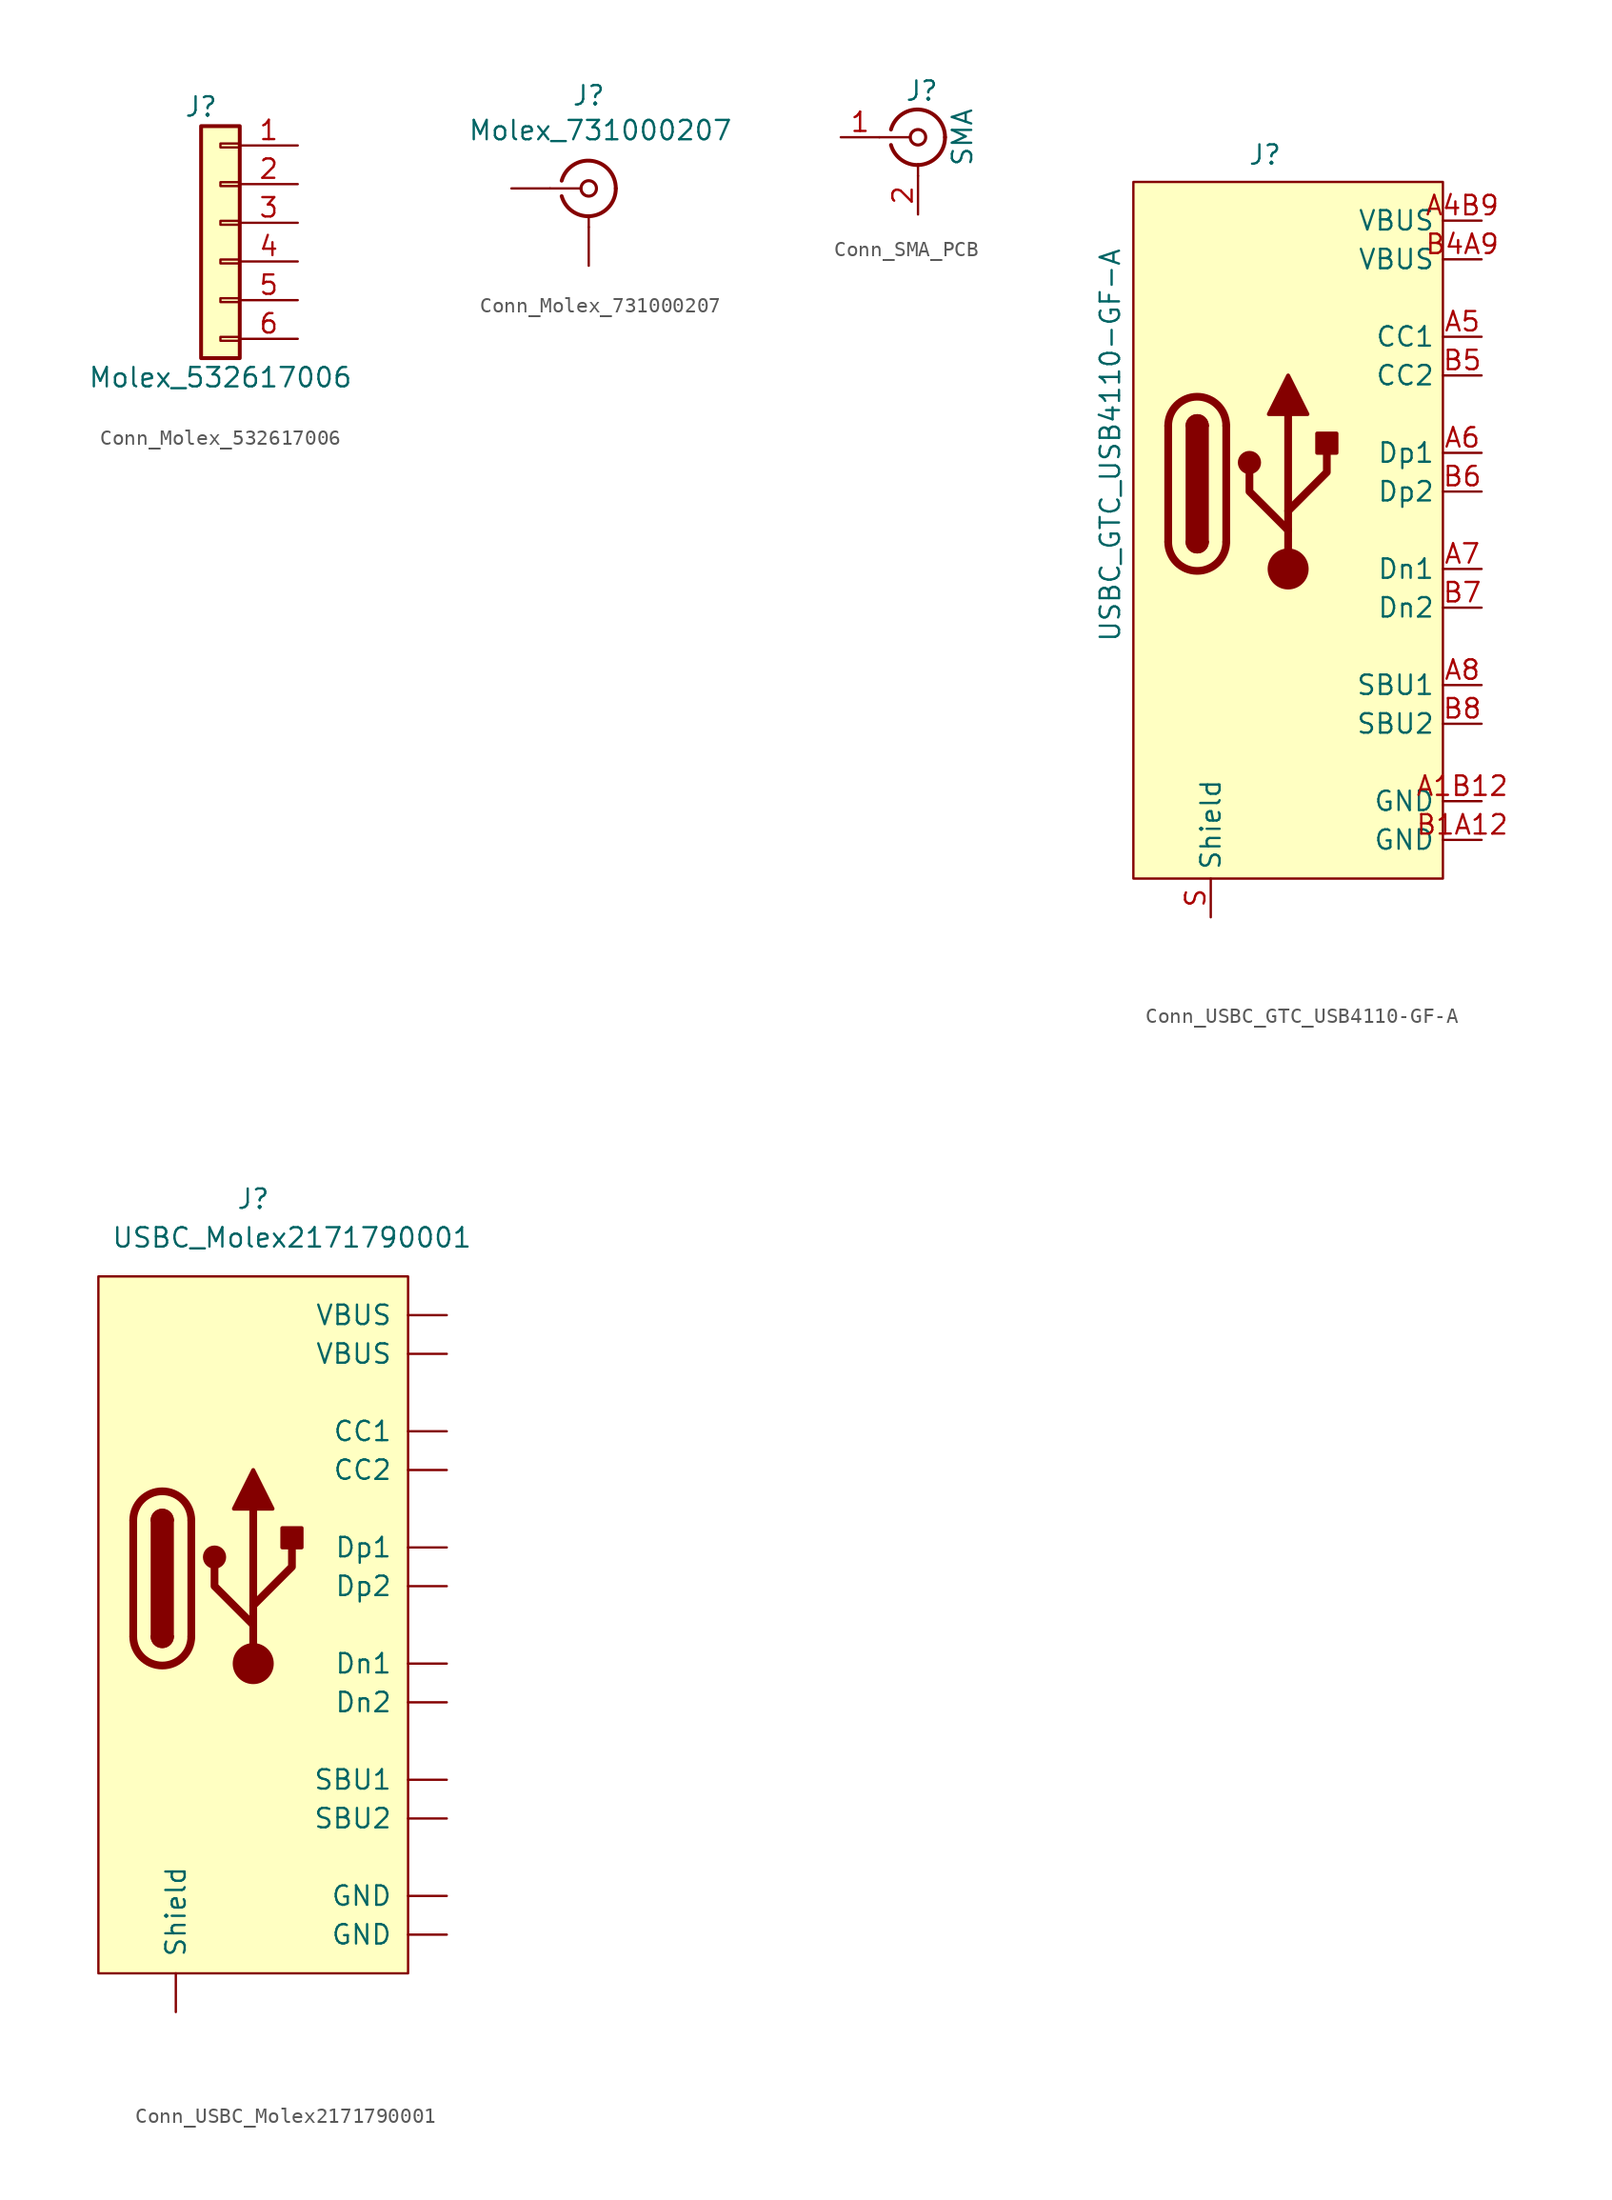
<source format=kicad_sym>
(kicad_symbol_lib
  (version 20220914)
  (generator kicad_symbol_editor)
  (symbol "Conn_Molex_532617006"
    (pin_names
      (offset 1.016) hide)
    (property "Reference" "J"
      (at -1.27 2.54 0)
      (effects (font (size 1.27 1.27))))
    (property "Value" "Molex_532617006"
      (at 0 -15.24 0)
      (effects (font (size 1.27 1.27))))
    (symbol "Conn_Molex_532617006_1_1"
      (rectangle (start 1.27 -12.573) (end 0 -12.827) (stroke (width 0.152) (type default)) (fill (type none)))
      (rectangle (start 1.27 -10.033) (end 0 -10.287) (stroke (width 0.152) (type default)) (fill (type none)))
      (rectangle (start 1.27 -7.493) (end 0 -7.747) (stroke (width 0.152) (type default)) (fill (type none)))
      (rectangle (start 1.27 -4.953) (end 0 -5.207) (stroke (width 0.152) (type default)) (fill (type none)))
      (rectangle (start 1.27 -2.413) (end 0 -2.667) (stroke (width 0.152) (type default)) (fill (type none)))
      (rectangle (start 1.27 0.127) (end 0 -0.127) (stroke (width 0.152) (type default)) (fill (type none)))
      (rectangle (start 1.27 1.27) (end -1.27 -13.97) (stroke (width 0.254) (type default)) (fill (type background)))
      (pin passive line (at 5.08 0 180) (length 3.81) (name "Pin_1" (effects (font (size 1.27 1.27)))) (number "1" (effects (font (size 1.27 1.27)))))
      (pin passive line (at 5.08 -2.54 180) (length 3.81) (name "Pin_2" (effects (font (size 1.27 1.27)))) (number "2" (effects (font (size 1.27 1.27)))))
      (pin passive line (at 5.08 -5.08 180) (length 3.81) (name "Pin_3" (effects (font (size 1.27 1.27)))) (number "3" (effects (font (size 1.27 1.27)))))
      (pin passive line (at 5.08 -7.62 180) (length 3.81) (name "Pin_4" (effects (font (size 1.27 1.27)))) (number "4" (effects (font (size 1.27 1.27)))))
      (pin passive line (at 5.08 -10.16 180) (length 3.81) (name "Pin_5" (effects (font (size 1.27 1.27)))) (number "5" (effects (font (size 1.27 1.27)))))
      (pin passive line (at 5.08 -12.7 180) (length 3.81) (name "Pin_6" (effects (font (size 1.27 1.27)))) (number "6" (effects (font (size 1.27 1.27)))))))
  (symbol "Conn_Molex_731000207"
    (pin_numbers hide)
    (pin_names
      (offset 1.016) hide)
    (property "Reference" "J"
      (at 0 6.096 0)
      (effects (font (size 1.27 1.27))))
    (property "Value" "Molex_731000207"
      (at 0.762 3.81 0)
      (effects (font (size 1.27 1.27))))
    (symbol "Conn_Molex_731000207_1_1"
      (arc (start -1.778 -0.508) (mid 0.222 -1.808) (end 1.778 0) (stroke (width 0.254) (type default)) (fill (type none)))
      (polyline (pts (xy -2.54 0) (xy -0.508 0)) (stroke (width 0) (type default)) (fill (type none)))
      (polyline (pts (xy 0 -2.54) (xy 0 -1.778)) (stroke (width 0) (type default)) (fill (type none)))
      (circle (center 0 0) (radius 0.508) (stroke (width 0.203) (type default)) (fill (type none)))
      (arc (start 1.778 0) (mid 0.222 1.8083) (end -1.778 0.508) (stroke (width 0.254) (type default)) (fill (type none)))
      (pin passive line (at -5.08 0 0) (length 2.54) (name "1" (effects (font (size 1.27 1.27)))) (number "1" (effects (font (size 1.27 1.27)))))
      (pin passive line (at 0 -5.08 90) (length 2.54) (name "2" (effects (font (size 1.27 1.27)))) (number "2" (effects (font (size 1.27 1.27)))))))
  (symbol "Conn_SMA_PCB"
    (pin_names
      (offset 1.016) hide)
    (property "Reference" "J"
      (at 0.254 3.048 0)
      (effects (font (size 1.27 1.27))))
    (property "Value" "SMA"
      (at 2.921 0 90)
      (effects (font (size 1.27 1.27))))
    (symbol "Conn_SMA_PCB_0_1"
      (arc (start -1.778 -0.508) (mid 0.2311 -1.8066) (end 1.778 0) (stroke (width 0.254) (type default)) (fill (type none)))
      (polyline (pts (xy -2.54 0) (xy -0.508 0)) (stroke (width 0) (type default)) (fill (type none)))
      (polyline (pts (xy 0 -2.54) (xy 0 -1.778)) (stroke (width 0) (type default)) (fill (type none)))
      (circle (center 0 0) (radius 0.508) (stroke (width 0.203) (type default)) (fill (type none)))
      (arc (start 1.778 0) (mid 0.2099 1.8101) (end -1.778 0.508) (stroke (width 0.254) (type default)) (fill (type none))))
    (symbol "Conn_SMA_PCB_1_1"
      (pin passive line (at -5.08 0 0) (length 2.54) (name "In" (effects (font (size 1.27 1.27)))) (number "1" (effects (font (size 1.27 1.27)))))
      (pin passive line (at 0 -5.08 90) (length 2.54) (name "Ext" (effects (font (size 1.27 1.27)))) (number "2" (effects (font (size 1.27 1.27)))))))
  (symbol "Conn_USBC_GTC_USB4110-GF-A"
    (property "Reference" "J"
      (at -1.524 24.638 0)
      (effects (font (size 1.27 1.27))))
    (property "Value" "USBC_GTC_USB4110-GF-A"
      (at -11.684 5.588 90)
      (effects (font (size 1.27 1.27))))
    (symbol "Conn_USBC_GTC_USB4110-GF-A_0_1"
      (rectangle (start 10.16 -22.86) (end -10.16 22.86) (stroke (width 0) (type default)) (fill (type background))))
    (symbol "Conn_USBC_GTC_USB4110-GF-A_1_1"
      (arc (start -7.874 -0.762) (mid -5.969 -2.6587) (end -4.064 -0.762) (stroke (width 0.508) (type default)) (fill (type none)))
      (arc (start -6.604 -0.762) (mid -5.969 -1.3943) (end -5.334 -0.762) (stroke (width 0.254) (type default)) (fill (type none)))
      (arc (start -6.604 -0.762) (mid -5.969 -1.3943) (end -5.334 -0.762) (stroke (width 0.254) (type default)) (fill (type outline)))
      (rectangle (start -6.604 -0.762) (end -5.334 6.858) (stroke (width 0.254) (type default)) (fill (type outline)))
      (arc (start -5.334 6.858) (mid -5.969 7.4903) (end -6.604 6.858) (stroke (width 0.254) (type default)) (fill (type none)))
      (arc (start -5.334 6.858) (mid -5.969 7.4903) (end -6.604 6.858) (stroke (width 0.254) (type default)) (fill (type outline)))
      (arc (start -4.064 6.858) (mid -5.969 8.7547) (end -7.874 6.858) (stroke (width 0.508) (type default)) (fill (type none)))
      (circle (center -2.54 4.445) (radius 0.635) (stroke (width 0.254) (type default)) (fill (type outline)))
      (circle (center 0 -2.54) (radius 1.27) (stroke (width 0) (type default)) (fill (type outline)))
      (polyline (pts (xy -7.874 -0.762) (xy -7.874 6.858)) (stroke (width 0.508) (type default)) (fill (type none)))
      (polyline (pts (xy -4.064 6.858) (xy -4.064 -0.762)) (stroke (width 0.508) (type default)) (fill (type none)))
      (polyline (pts (xy 0 -2.54) (xy 0 7.62)) (stroke (width 0.508) (type default)) (fill (type none)))
      (polyline (pts (xy 0 0) (xy -2.54 2.54) (xy -2.54 3.81)) (stroke (width 0.508) (type default)) (fill (type none)))
      (polyline (pts (xy 0 1.27) (xy 2.54 3.81) (xy 2.54 5.08)) (stroke (width 0.508) (type default)) (fill (type none)))
      (polyline (pts (xy -1.27 7.62) (xy 0 10.16) (xy 1.27 7.62) (xy -1.27 7.62)) (stroke (width 0.254) (type default)) (fill (type outline)))
      (rectangle (start 1.905 5.08) (end 3.175 6.35) (stroke (width 0.254) (type default)) (fill (type outline)))
      (pin passive line (at 12.7 -17.78 180) (length 2.54) (name "GND" (effects (font (size 1.27 1.27)))) (number "A1B12" (effects (font (size 1.27 1.27)))))
      (pin passive line (at 12.7 20.32 180) (length 2.54) (name "VBUS" (effects (font (size 1.27 1.27)))) (number "A4B9" (effects (font (size 1.27 1.27)))))
      (pin passive line (at 12.7 12.7 180) (length 2.54) (name "CC1" (effects (font (size 1.27 1.27)))) (number "A5" (effects (font (size 1.27 1.27)))))
      (pin bidirectional line (at 12.7 5.08 180) (length 2.54) (name "Dp1" (effects (font (size 1.27 1.27)))) (number "A6" (effects (font (size 1.27 1.27)))))
      (pin bidirectional line (at 12.7 -2.54 180) (length 2.54) (name "Dn1" (effects (font (size 1.27 1.27)))) (number "A7" (effects (font (size 1.27 1.27)))))
      (pin bidirectional line (at 12.7 -10.16 180) (length 2.54) (name "SBU1" (effects (font (size 1.27 1.27)))) (number "A8" (effects (font (size 1.27 1.27)))))
      (pin power_out line (at 12.7 -20.32 180) (length 2.54) (name "GND" (effects (font (size 1.27 1.27)))) (number "B1A12" (effects (font (size 1.27 1.27)))))
      (pin power_out line (at 12.7 17.78 180) (length 2.54) (name "VBUS" (effects (font (size 1.27 1.27)))) (number "B4A9" (effects (font (size 1.27 1.27)))))
      (pin passive line (at 12.7 10.16 180) (length 2.54) (name "CC2" (effects (font (size 1.27 1.27)))) (number "B5" (effects (font (size 1.27 1.27)))))
      (pin bidirectional line (at 12.7 2.54 180) (length 2.54) (name "Dp2" (effects (font (size 1.27 1.27)))) (number "B6" (effects (font (size 1.27 1.27)))))
      (pin bidirectional line (at 12.7 -5.08 180) (length 2.54) (name "Dn2" (effects (font (size 1.27 1.27)))) (number "B7" (effects (font (size 1.27 1.27)))))
      (pin bidirectional line (at 12.7 -12.7 180) (length 2.54) (name "SBU2" (effects (font (size 1.27 1.27)))) (number "B8" (effects (font (size 1.27 1.27)))))
      (pin passive line (at -5.08 -25.4 90) (length 2.54) (name "Shield" (effects (font (size 1.27 1.27)))) (number "S" (effects (font (size 1.27 1.27)))))))
  (symbol "Conn_USBC_Molex2171790001"
    (pin_numbers hide)
    (pin_names
      (offset 1.016))
    (property "Reference" "J"
      (at 0 25.4 0)
      (effects (font (size 1.27 1.27))))
    (property "Value" "USBC_Molex2171790001"
      (at 2.54 22.86 0)
      (effects (font (size 1.27 1.27))))
    (symbol "Conn_USBC_Molex2171790001_0_1"
      (rectangle (start 10.16 -25.4) (end -10.16 20.32) (stroke (width 0) (type default)) (fill (type background))))
    (symbol "Conn_USBC_Molex2171790001_1_1"
      (arc (start -7.874 -3.302) (mid -5.969 -5.1987) (end -4.064 -3.302) (stroke (width 0.508) (type default)) (fill (type none)))
      (arc (start -6.604 -3.302) (mid -5.969 -3.9343) (end -5.334 -3.302) (stroke (width 0.254) (type default)) (fill (type none)))
      (arc (start -6.604 -3.302) (mid -5.969 -3.9343) (end -5.334 -3.302) (stroke (width 0.254) (type default)) (fill (type outline)))
      (rectangle (start -6.604 -3.302) (end -5.334 4.318) (stroke (width 0.254) (type default)) (fill (type outline)))
      (arc (start -5.334 4.318) (mid -5.969 4.9503) (end -6.604 4.318) (stroke (width 0.254) (type default)) (fill (type none)))
      (arc (start -5.334 4.318) (mid -5.969 4.9503) (end -6.604 4.318) (stroke (width 0.254) (type default)) (fill (type outline)))
      (arc (start -4.064 4.318) (mid -5.969 6.2147) (end -7.874 4.318) (stroke (width 0.508) (type default)) (fill (type none)))
      (circle (center -2.54 1.905) (radius 0.635) (stroke (width 0.254) (type default)) (fill (type outline)))
      (circle (center 0 -5.08) (radius 1.27) (stroke (width 0) (type default)) (fill (type outline)))
      (polyline (pts (xy -7.874 -3.302) (xy -7.874 4.318)) (stroke (width 0.508) (type default)) (fill (type none)))
      (polyline (pts (xy -4.064 4.318) (xy -4.064 -3.302)) (stroke (width 0.508) (type default)) (fill (type none)))
      (polyline (pts (xy 0 -5.08) (xy 0 5.08)) (stroke (width 0.508) (type default)) (fill (type none)))
      (polyline (pts (xy 0 -2.54) (xy -2.54 0) (xy -2.54 1.27)) (stroke (width 0.508) (type default)) (fill (type none)))
      (polyline (pts (xy 0 -1.27) (xy 2.54 1.27) (xy 2.54 2.54)) (stroke (width 0.508) (type default)) (fill (type none)))
      (polyline (pts (xy -1.27 5.08) (xy 0 7.62) (xy 1.27 5.08) (xy -1.27 5.08)) (stroke (width 0.254) (type default)) (fill (type outline)))
      (rectangle (start 1.905 2.54) (end 3.175 3.81) (stroke (width 0.254) (type default)) (fill (type outline)))
      (pin passive line (at 12.7 -20.32 180) (length 2.54) (name "GND" (effects (font (size 1.27 1.27)))) (number "A1B12" (effects (font (size 1.27 1.27)))))
      (pin passive line (at 12.7 17.78 180) (length 2.54) (name "VBUS" (effects (font (size 1.27 1.27)))) (number "A4B9" (effects (font (size 1.27 1.27)))))
      (pin passive line (at 12.7 10.16 180) (length 2.54) (name "CC1" (effects (font (size 1.27 1.27)))) (number "A5" (effects (font (size 1.27 1.27)))))
      (pin bidirectional line (at 12.7 2.54 180) (length 2.54) (name "Dp1" (effects (font (size 1.27 1.27)))) (number "A6" (effects (font (size 1.27 1.27)))))
      (pin bidirectional line (at 12.7 -5.08 180) (length 2.54) (name "Dn1" (effects (font (size 1.27 1.27)))) (number "A7" (effects (font (size 1.27 1.27)))))
      (pin bidirectional line (at 12.7 -12.7 180) (length 2.54) (name "SBU1" (effects (font (size 1.27 1.27)))) (number "A8" (effects (font (size 1.27 1.27)))))
      (pin power_out line (at 12.7 -22.86 180) (length 2.54) (name "GND" (effects (font (size 1.27 1.27)))) (number "B1A12" (effects (font (size 1.27 1.27)))))
      (pin power_out line (at 12.7 15.24 180) (length 2.54) (name "VBUS" (effects (font (size 1.27 1.27)))) (number "B4A9" (effects (font (size 1.27 1.27)))))
      (pin passive line (at 12.7 7.62 180) (length 2.54) (name "CC2" (effects (font (size 1.27 1.27)))) (number "B5" (effects (font (size 1.27 1.27)))))
      (pin bidirectional line (at 12.7 0 180) (length 2.54) (name "Dp2" (effects (font (size 1.27 1.27)))) (number "B6" (effects (font (size 1.27 1.27)))))
      (pin bidirectional line (at 12.7 -7.62 180) (length 2.54) (name "Dn2" (effects (font (size 1.27 1.27)))) (number "B7" (effects (font (size 1.27 1.27)))))
      (pin bidirectional line (at 12.7 -15.24 180) (length 2.54) (name "SBU2" (effects (font (size 1.27 1.27)))) (number "B8" (effects (font (size 1.27 1.27)))))
      (pin passive line (at -5.08 -27.94 90) (length 2.54) (name "Shield" (effects (font (size 1.27 1.27)))) (number "S" (effects (font (size 1.27 1.27))))))))
</source>
